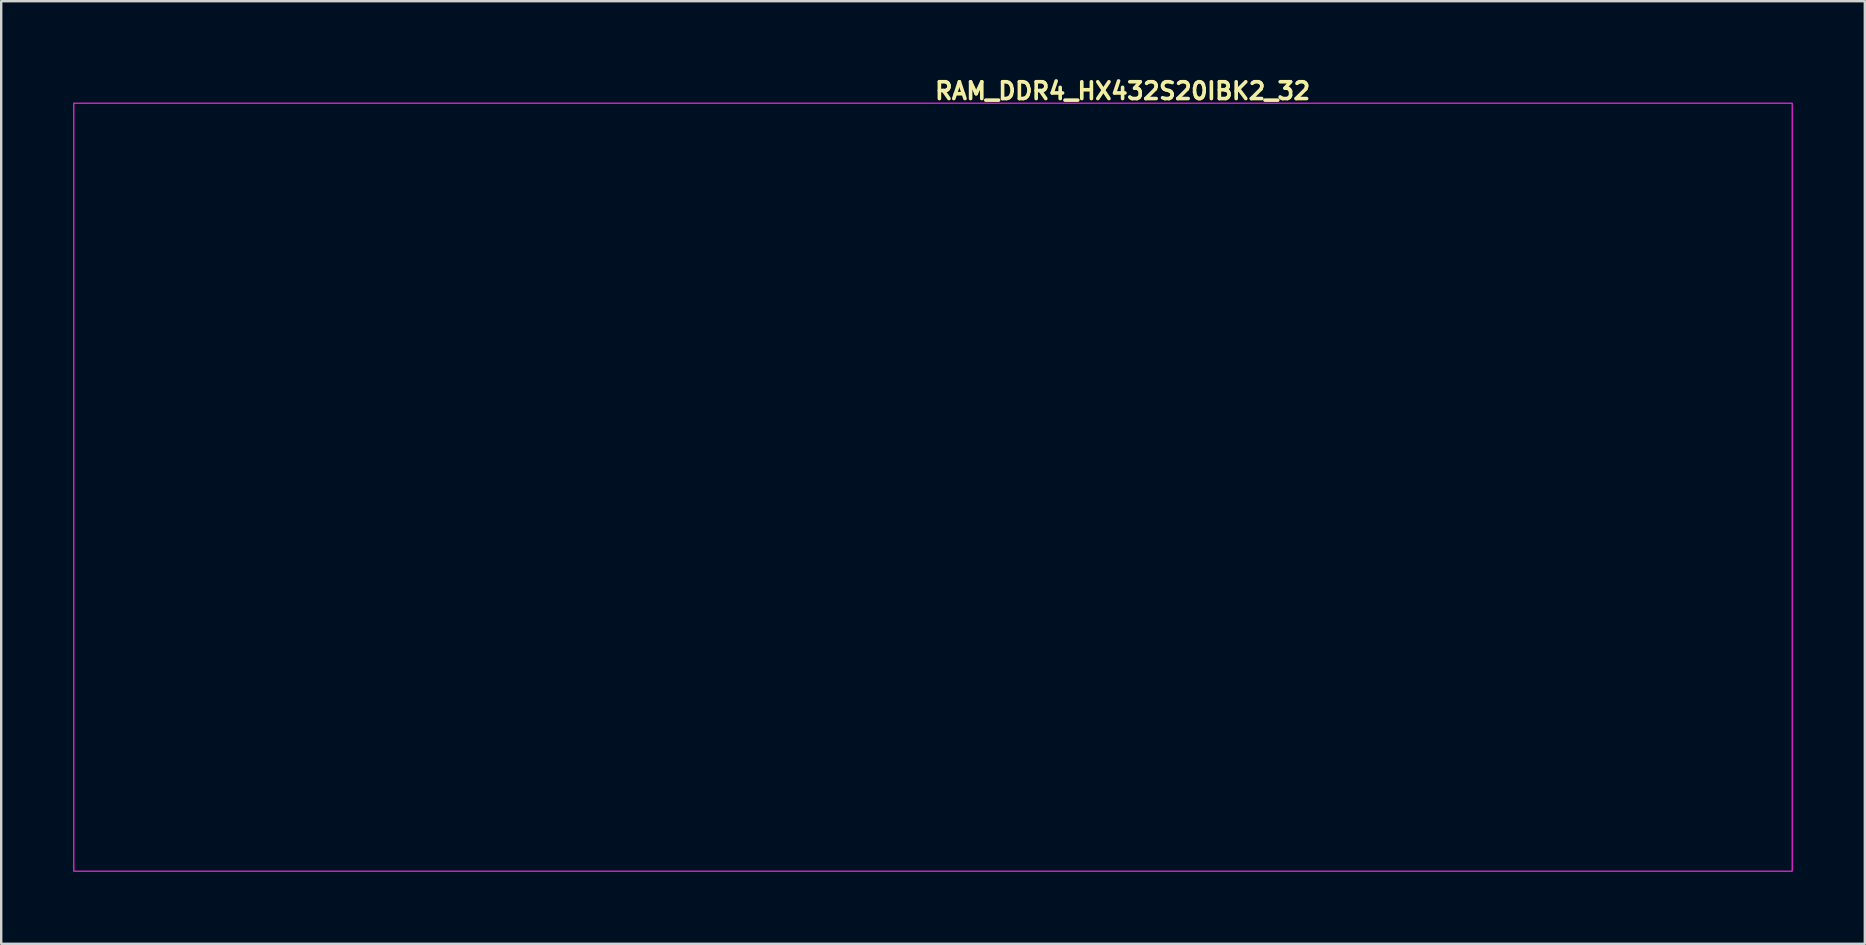
<source format=kicad_pcb>
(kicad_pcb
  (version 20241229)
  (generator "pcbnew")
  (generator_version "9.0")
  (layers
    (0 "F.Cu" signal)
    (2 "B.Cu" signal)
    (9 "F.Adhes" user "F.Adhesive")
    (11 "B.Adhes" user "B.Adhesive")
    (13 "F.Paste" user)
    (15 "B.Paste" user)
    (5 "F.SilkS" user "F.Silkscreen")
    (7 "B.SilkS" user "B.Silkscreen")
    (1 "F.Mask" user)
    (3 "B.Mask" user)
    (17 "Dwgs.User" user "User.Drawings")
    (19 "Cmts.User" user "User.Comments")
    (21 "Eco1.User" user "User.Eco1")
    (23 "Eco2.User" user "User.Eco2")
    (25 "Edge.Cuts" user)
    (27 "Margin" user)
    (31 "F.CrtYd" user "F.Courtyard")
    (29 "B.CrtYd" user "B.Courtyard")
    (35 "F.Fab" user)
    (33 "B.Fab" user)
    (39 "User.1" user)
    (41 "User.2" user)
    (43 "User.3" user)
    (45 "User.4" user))
  (footprint "RAM_DDR4_HX432S20IBK2_32"
    (layer "F.Cu")
    (at 35.825 17.25)
    (property "Reference" "RAM_DDR4_HX432S20IBK2_32" (at 0 -16.1 0) (layer "F.SilkS") (effects (font (size 0.7 0.7) (thickness 0.15)) (justify left bottom)))
    (attr exclude_from_pos_files exclude_from_bom)
    (fp_rect (start -35.8 -16) (end 35.8 16) (stroke (width 0.05) (type solid)) (fill no) (layer "F.CrtYd"))
    (fp_rect (start -34.8 -15) (end 34.8 15) (stroke (width 0.1) (type solid)) (fill no) (layer "User.5"))
    (fp_line (start -34.8 -14.4) (end -34.8 -7) (stroke (width 0.02) (type solid)) (layer "User.9"))
    (fp_line (start -34.8 -3) (end -34.8 14.4) (stroke (width 0.02) (type solid)) (layer "User.9"))
    (fp_line (start -34.8 -3) (end -33.7 -3) (stroke (width 0.02) (type solid)) (layer "User.9"))
    (fp_line (start -34.8 14.4) (end -34.2 15) (stroke (width 0.02) (type solid)) (layer "User.9"))
    (fp_line (start -34.2 -15) (end -34.8 -14.4) (stroke (width 0.02) (type solid)) (layer "User.9"))
    (fp_line (start -34.2 15) (end -32.75 15) (stroke (width 0.02) (type solid)) (layer "User.9"))
    (fp_line (start -33.7 -7) (end -34.8 -7) (stroke (width 0.02) (type solid)) (layer "User.9"))
    (fp_line (start -33.7 -3) (end -33.632 -3.004) (stroke (width 0.02) (type solid)) (layer "User.9"))
    (fp_line (start -33.632 -6.996) (end -33.7 -7) (stroke (width 0.02) (type solid)) (layer "User.9"))
    (fp_line (start -33.632 -3.004) (end -33.565 -3.014) (stroke (width 0.02) (type solid)) (layer "User.9"))
    (fp_line (start -33.565 -6.986) (end -33.632 -6.996) (stroke (width 0.02) (type solid)) (layer "User.9"))
    (fp_line (start -33.565 -3.014) (end -33.499 -3.032) (stroke (width 0.02) (type solid)) (layer "User.9"))
    (fp_line (start -33.499 -6.968) (end -33.565 -6.986) (stroke (width 0.02) (type solid)) (layer "User.9"))
    (fp_line (start -33.499 -3.032) (end -33.436 -3.056) (stroke (width 0.02) (type solid)) (layer "User.9"))
    (fp_line (start -33.436 -6.944) (end -33.499 -6.968) (stroke (width 0.02) (type solid)) (layer "User.9"))
    (fp_line (start -33.436 -3.056) (end -33.375 -3.087) (stroke (width 0.02) (type solid)) (layer "User.9"))
    (fp_line (start -33.375 -6.913) (end -33.436 -6.944) (stroke (width 0.02) (type solid)) (layer "User.9"))
    (fp_line (start -33.375 -3.087) (end -33.318 -3.124) (stroke (width 0.02) (type solid)) (layer "User.9"))
    (fp_line (start -33.318 -6.876) (end -33.375 -6.913) (stroke (width 0.02) (type solid)) (layer "User.9"))
    (fp_line (start -33.318 -3.124) (end -33.265 -3.167) (stroke (width 0.02) (type solid)) (layer "User.9"))
    (fp_line (start -33.265 -6.833) (end -33.318 -6.876) (stroke (width 0.02) (type solid)) (layer "User.9"))
    (fp_line (start -33.265 -3.167) (end -33.217 -3.215) (stroke (width 0.02) (type solid)) (layer "User.9"))
    (fp_line (start -33.217 -6.785) (end -33.265 -6.833) (stroke (width 0.02) (type solid)) (layer "User.9"))
    (fp_line (start -33.217 -3.215) (end -33.174 -3.268) (stroke (width 0.02) (type solid)) (layer "User.9"))
    (fp_line (start -33.174 -6.732) (end -33.217 -6.785) (stroke (width 0.02) (type solid)) (layer "User.9"))
    (fp_line (start -33.174 -3.268) (end -33.137 -3.325) (stroke (width 0.02) (type solid)) (layer "User.9"))
    (fp_line (start -33.137 -6.675) (end -33.174 -6.732) (stroke (width 0.02) (type solid)) (layer "User.9"))
    (fp_line (start -33.137 -3.325) (end -33.106 -3.386) (stroke (width 0.02) (type solid)) (layer "User.9"))
    (fp_line (start -33.106 -6.614) (end -33.137 -6.675) (stroke (width 0.02) (type solid)) (layer "User.9"))
    (fp_line (start -33.106 -3.386) (end -33.082 -3.449) (stroke (width 0.02) (type solid)) (layer "User.9"))
    (fp_line (start -33.082 -6.551) (end -33.106 -6.614) (stroke (width 0.02) (type solid)) (layer "User.9"))
    (fp_line (start -33.082 -3.449) (end -33.064 -3.515) (stroke (width 0.02) (type solid)) (layer "User.9"))
    (fp_line (start -33.064 -6.485) (end -33.082 -6.551) (stroke (width 0.02) (type solid)) (layer "User.9"))
    (fp_line (start -33.064 -3.515) (end -33.054 -3.582) (stroke (width 0.02) (type solid)) (layer "User.9"))
    (fp_line (start -33.054 -6.418) (end -33.064 -6.485) (stroke (width 0.02) (type solid)) (layer "User.9"))
    (fp_line (start -33.054 -3.582) (end -33.05 -3.65) (stroke (width 0.02) (type solid)) (layer "User.9"))
    (fp_line (start -33.05 -6.35) (end -33.054 -6.418) (stroke (width 0.02) (type solid)) (layer "User.9"))
    (fp_line (start -33.05 -3.65) (end -33.05 -6.35) (stroke (width 0.02) (type solid)) (layer "User.9"))
    (fp_line (start -32.75 12.45) (end -32.75 15) (stroke (width 0.02) (type solid)) (layer "User.9"))
    (fp_line (start -32.75 15) (end 2.25 15) (stroke (width 0.02) (type solid)) (layer "User.9"))
    (fp_line (start -26.8 -2.25) (end -26.8 9.25) (stroke (width 0.02) (type solid)) (layer "User.9"))
    (fp_line (start -26.8 9.25) (end -17.8 9.25) (stroke (width 0.02) (type solid)) (layer "User.9"))
    (fp_line (start -25.3 -14.25) (end -25.3 -2.75) (stroke (width 0.02) (type solid)) (layer "User.9"))
    (fp_line (start -25.3 -2.75) (end -16.3 -2.75) (stroke (width 0.02) (type solid)) (layer "User.9"))
    (fp_line (start -17.8 -2.25) (end -26.8 -2.25) (stroke (width 0.02) (type solid)) (layer "User.9"))
    (fp_line (start -17.8 9.25) (end -17.8 -2.25) (stroke (width 0.02) (type solid)) (layer "User.9"))
    (fp_line (start -16.3 -14.25) (end -25.3 -14.25) (stroke (width 0.02) (type solid)) (layer "User.9"))
    (fp_line (start -16.3 -2.75) (end -16.3 -14.25) (stroke (width 0.02) (type solid)) (layer "User.9"))
    (fp_line (start -15.3 -2.25) (end -15.3 9.25) (stroke (width 0.02) (type solid)) (layer "User.9"))
    (fp_line (start -15.3 9.25) (end -6.3 9.25) (stroke (width 0.02) (type solid)) (layer "User.9"))
    (fp_line (start -13.8 -14.25) (end -13.8 -2.75) (stroke (width 0.02) (type solid)) (layer "User.9"))
    (fp_line (start -13.8 -2.75) (end -4.8 -2.75) (stroke (width 0.02) (type solid)) (layer "User.9"))
    (fp_line (start -6.3 -2.25) (end -15.3 -2.25) (stroke (width 0.02) (type solid)) (layer "User.9"))
    (fp_line (start -6.3 9.25) (end -6.3 -2.25) (stroke (width 0.02) (type solid)) (layer "User.9"))
    (fp_line (start -4.8 -14.25) (end -13.8 -14.25) (stroke (width 0.02) (type solid)) (layer "User.9"))
    (fp_line (start -4.8 -2.75) (end -4.8 -14.25) (stroke (width 0.02) (type solid)) (layer "User.9"))
    (fp_line (start -1 -11.25) (end -1 -8.25) (stroke (width 0.02) (type solid)) (layer "User.9"))
    (fp_line (start -1 -8.25) (end 1 -8.25) (stroke (width 0.02) (type solid)) (layer "User.9"))
    (fp_line (start 1 -11.25) (end -1 -11.25) (stroke (width 0.02) (type solid)) (layer "User.9"))
    (fp_line (start 1 -8.25) (end 1 -11.25) (stroke (width 0.02) (type solid)) (layer "User.9"))
    (fp_line (start 2.25 12.45) (end -32.75 12.45) (stroke (width 0.02) (type solid)) (layer "User.9"))
    (fp_line (start 2.25 15) (end 2.25 12.45) (stroke (width 0.02) (type solid)) (layer "User.9"))
    (fp_line (start 2.25 15) (end 2.75 15) (stroke (width 0.02) (type solid)) (layer "User.9"))
    (fp_line (start 2.75 15) (end 3 14.75) (stroke (width 0.02) (type solid)) (layer "User.9"))
    (fp_line (start 3 11.5) (end 3 14.75) (stroke (width 0.02) (type solid)) (layer "User.9"))
    (fp_line (start 3.004 11.437) (end 3 11.5) (stroke (width 0.02) (type solid)) (layer "User.9"))
    (fp_line (start 3.016 11.376) (end 3.004 11.437) (stroke (width 0.02) (type solid)) (layer "User.9"))
    (fp_line (start 3.035 11.316) (end 3.016 11.376) (stroke (width 0.02) (type solid)) (layer "User.9"))
    (fp_line (start 3.062 11.259) (end 3.035 11.316) (stroke (width 0.02) (type solid)) (layer "User.9"))
    (fp_line (start 3.095 11.206) (end 3.062 11.259) (stroke (width 0.02) (type solid)) (layer "User.9"))
    (fp_line (start 3.136 11.158) (end 3.095 11.206) (stroke (width 0.02) (type solid)) (layer "User.9"))
    (fp_line (start 3.181 11.115) (end 3.136 11.158) (stroke (width 0.02) (type solid)) (layer "User.9"))
    (fp_line (start 3.232 11.078) (end 3.181 11.115) (stroke (width 0.02) (type solid)) (layer "User.9"))
    (fp_line (start 3.287 11.048) (end 3.232 11.078) (stroke (width 0.02) (type solid)) (layer "User.9"))
    (fp_line (start 3.345 11.024) (end 3.287 11.048) (stroke (width 0.02) (type solid)) (layer "User.9"))
    (fp_line (start 3.406 11.009) (end 3.345 11.024) (stroke (width 0.02) (type solid)) (layer "User.9"))
    (fp_line (start 3.469 11.001) (end 3.406 11.009) (stroke (width 0.02) (type solid)) (layer "User.9"))
    (fp_line (start 3.531 11.001) (end 3.469 11.001) (stroke (width 0.02) (type solid)) (layer "User.9"))
    (fp_line (start 3.594 11.009) (end 3.531 11.001) (stroke (width 0.02) (type solid)) (layer "User.9"))
    (fp_line (start 3.655 11.024) (end 3.594 11.009) (stroke (width 0.02) (type solid)) (layer "User.9"))
    (fp_line (start 3.713 11.048) (end 3.655 11.024) (stroke (width 0.02) (type solid)) (layer "User.9"))
    (fp_line (start 3.768 11.078) (end 3.713 11.048) (stroke (width 0.02) (type solid)) (layer "User.9"))
    (fp_line (start 3.819 11.115) (end 3.768 11.078) (stroke (width 0.02) (type solid)) (layer "User.9"))
    (fp_line (start 3.864 11.158) (end 3.819 11.115) (stroke (width 0.02) (type solid)) (layer "User.9"))
    (fp_line (start 3.905 11.206) (end 3.864 11.158) (stroke (width 0.02) (type solid)) (layer "User.9"))
    (fp_line (start 3.938 11.259) (end 3.905 11.206) (stroke (width 0.02) (type solid)) (layer "User.9"))
    (fp_line (start 3.965 11.316) (end 3.938 11.259) (stroke (width 0.02) (type solid)) (layer "User.9"))
    (fp_line (start 3.984 11.376) (end 3.965 11.316) (stroke (width 0.02) (type solid)) (layer "User.9"))
    (fp_line (start 3.996 11.437) (end 3.984 11.376) (stroke (width 0.02) (type solid)) (layer "User.9"))
    (fp_line (start 4 11.5) (end 3.996 11.437) (stroke (width 0.02) (type solid)) (layer "User.9"))
    (fp_line (start 4 14.75) (end 4 11.5) (stroke (width 0.02) (type solid)) (layer "User.9"))
    (fp_line (start 4 14.75) (end 4.25 15) (stroke (width 0.02) (type solid)) (layer "User.9"))
    (fp_line (start 4.25 15) (end 4.75 15) (stroke (width 0.02) (type solid)) (layer "User.9"))
    (fp_line (start 4.75 12.45) (end 4.75 15) (stroke (width 0.02) (type solid)) (layer "User.9"))
    (fp_line (start 4.75 15) (end 32.75 15) (stroke (width 0.02) (type solid)) (layer "User.9"))
    (fp_line (start 4.8 -14.25) (end 4.8 -2.75) (stroke (width 0.02) (type solid)) (layer "User.9"))
    (fp_line (start 4.8 -2.75) (end 13.8 -2.75) (stroke (width 0.02) (type solid)) (layer "User.9"))
    (fp_line (start 6.3 -2.25) (end 6.3 9.25) (stroke (width 0.02) (type solid)) (layer "User.9"))
    (fp_line (start 6.3 9.25) (end 15.3 9.25) (stroke (width 0.02) (type solid)) (layer "User.9"))
    (fp_line (start 13.8 -14.25) (end 4.8 -14.25) (stroke (width 0.02) (type solid)) (layer "User.9"))
    (fp_line (start 13.8 -2.75) (end 13.8 -14.25) (stroke (width 0.02) (type solid)) (layer "User.9"))
    (fp_line (start 15.3 -2.25) (end 6.3 -2.25) (stroke (width 0.02) (type solid)) (layer "User.9"))
    (fp_line (start 15.3 9.25) (end 15.3 -2.25) (stroke (width 0.02) (type solid)) (layer "User.9"))
    (fp_line (start 16.3 -14.25) (end 16.3 -2.75) (stroke (width 0.02) (type solid)) (layer "User.9"))
    (fp_line (start 16.3 -2.75) (end 25.3 -2.75) (stroke (width 0.02) (type solid)) (layer "User.9"))
    (fp_line (start 17.8 -2.25) (end 17.8 9.25) (stroke (width 0.02) (type solid)) (layer "User.9"))
    (fp_line (start 17.8 9.25) (end 26.8 9.25) (stroke (width 0.02) (type solid)) (layer "User.9"))
    (fp_line (start 25.3 -14.25) (end 16.3 -14.25) (stroke (width 0.02) (type solid)) (layer "User.9"))
    (fp_line (start 25.3 -2.75) (end 25.3 -14.25) (stroke (width 0.02) (type solid)) (layer "User.9"))
    (fp_line (start 26.8 -2.25) (end 17.8 -2.25) (stroke (width 0.02) (type solid)) (layer "User.9"))
    (fp_line (start 26.8 9.25) (end 26.8 -2.25) (stroke (width 0.02) (type solid)) (layer "User.9"))
    (fp_line (start 32.75 12.45) (end 4.75 12.45) (stroke (width 0.02) (type solid)) (layer "User.9"))
    (fp_line (start 32.75 15) (end 32.75 12.45) (stroke (width 0.02) (type solid)) (layer "User.9"))
    (fp_line (start 32.75 15) (end 34.2 15) (stroke (width 0.02) (type solid)) (layer "User.9"))
    (fp_line (start 33.05 -6.35) (end 33.05 -3.65) (stroke (width 0.02) (type solid)) (layer "User.9"))
    (fp_line (start 33.05 -3.65) (end 33.054 -3.582) (stroke (width 0.02) (type solid)) (layer "User.9"))
    (fp_line (start 33.054 -6.418) (end 33.05 -6.35) (stroke (width 0.02) (type solid)) (layer "User.9"))
    (fp_line (start 33.054 -3.582) (end 33.064 -3.515) (stroke (width 0.02) (type solid)) (layer "User.9"))
    (fp_line (start 33.064 -6.485) (end 33.054 -6.418) (stroke (width 0.02) (type solid)) (layer "User.9"))
    (fp_line (start 33.064 -3.515) (end 33.082 -3.449) (stroke (width 0.02) (type solid)) (layer "User.9"))
    (fp_line (start 33.082 -6.551) (end 33.064 -6.485) (stroke (width 0.02) (type solid)) (layer "User.9"))
    (fp_line (start 33.082 -3.449) (end 33.106 -3.386) (stroke (width 0.02) (type solid)) (layer "User.9"))
    (fp_line (start 33.106 -6.614) (end 33.082 -6.551) (stroke (width 0.02) (type solid)) (layer "User.9"))
    (fp_line (start 33.106 -3.386) (end 33.137 -3.325) (stroke (width 0.02) (type solid)) (layer "User.9"))
    (fp_line (start 33.137 -6.675) (end 33.106 -6.614) (stroke (width 0.02) (type solid)) (layer "User.9"))
    (fp_line (start 33.137 -3.325) (end 33.174 -3.268) (stroke (width 0.02) (type solid)) (layer "User.9"))
    (fp_line (start 33.174 -6.732) (end 33.137 -6.675) (stroke (width 0.02) (type solid)) (layer "User.9"))
    (fp_line (start 33.174 -3.268) (end 33.217 -3.215) (stroke (width 0.02) (type solid)) (layer "User.9"))
    (fp_line (start 33.217 -6.785) (end 33.174 -6.732) (stroke (width 0.02) (type solid)) (layer "User.9"))
    (fp_line (start 33.217 -3.215) (end 33.265 -3.167) (stroke (width 0.02) (type solid)) (layer "User.9"))
    (fp_line (start 33.265 -6.833) (end 33.217 -6.785) (stroke (width 0.02) (type solid)) (layer "User.9"))
    (fp_line (start 33.265 -3.167) (end 33.318 -3.124) (stroke (width 0.02) (type solid)) (layer "User.9"))
    (fp_line (start 33.318 -6.876) (end 33.265 -6.833) (stroke (width 0.02) (type solid)) (layer "User.9"))
    (fp_line (start 33.318 -3.124) (end 33.375 -3.087) (stroke (width 0.02) (type solid)) (layer "User.9"))
    (fp_line (start 33.375 -6.913) (end 33.318 -6.876) (stroke (width 0.02) (type solid)) (layer "User.9"))
    (fp_line (start 33.375 -3.087) (end 33.436 -3.056) (stroke (width 0.02) (type solid)) (layer "User.9"))
    (fp_line (start 33.436 -6.944) (end 33.375 -6.913) (stroke (width 0.02) (type solid)) (layer "User.9"))
    (fp_line (start 33.436 -3.056) (end 33.499 -3.032) (stroke (width 0.02) (type solid)) (layer "User.9"))
    (fp_line (start 33.499 -6.968) (end 33.436 -6.944) (stroke (width 0.02) (type solid)) (layer "User.9"))
    (fp_line (start 33.499 -3.032) (end 33.565 -3.014) (stroke (width 0.02) (type solid)) (layer "User.9"))
    (fp_line (start 33.565 -6.986) (end 33.499 -6.968) (stroke (width 0.02) (type solid)) (layer "User.9"))
    (fp_line (start 33.565 -3.014) (end 33.632 -3.004) (stroke (width 0.02) (type solid)) (layer "User.9"))
    (fp_line (start 33.632 -6.996) (end 33.565 -6.986) (stroke (width 0.02) (type solid)) (layer "User.9"))
    (fp_line (start 33.632 -3.004) (end 33.7 -3) (stroke (width 0.02) (type solid)) (layer "User.9"))
    (fp_line (start 33.7 -7) (end 33.632 -6.996) (stroke (width 0.02) (type solid)) (layer "User.9"))
    (fp_line (start 33.7 -3) (end 34.8 -3) (stroke (width 0.02) (type solid)) (layer "User.9"))
    (fp_line (start 34.2 -15) (end -34.2 -15) (stroke (width 0.02) (type solid)) (layer "User.9"))
    (fp_line (start 34.2 15) (end 34.8 14.4) (stroke (width 0.02) (type solid)) (layer "User.9"))
    (fp_line (start 34.8 -14.4) (end 34.2 -15) (stroke (width 0.02) (type solid)) (layer "User.9"))
    (fp_line (start 34.8 -7) (end 33.7 -7) (stroke (width 0.02) (type solid)) (layer "User.9"))
    (fp_line (start 34.8 -7) (end 34.8 -14.4) (stroke (width 0.02) (type solid)) (layer "User.9"))
    (fp_line (start 34.8 14.4) (end 34.8 -3) (stroke (width 0.02) (type solid)) (layer "User.9"))
    (fp_circle (center -32.8 9) (end -31.9 9) (stroke (width 0.02) (type default)) (fill no) (layer "User.9"))
    (fp_circle (center 32.8 9) (end 33.7 9) (stroke (width 0.02) (type default)) (fill no) (layer "User.9")))
  (gr_rect
    (start -3 -3)
    (end 74.65 36.275)
    (stroke (width 0.1) (type default))
    (fill no)
    (layer "Edge.Cuts")))
</source>
